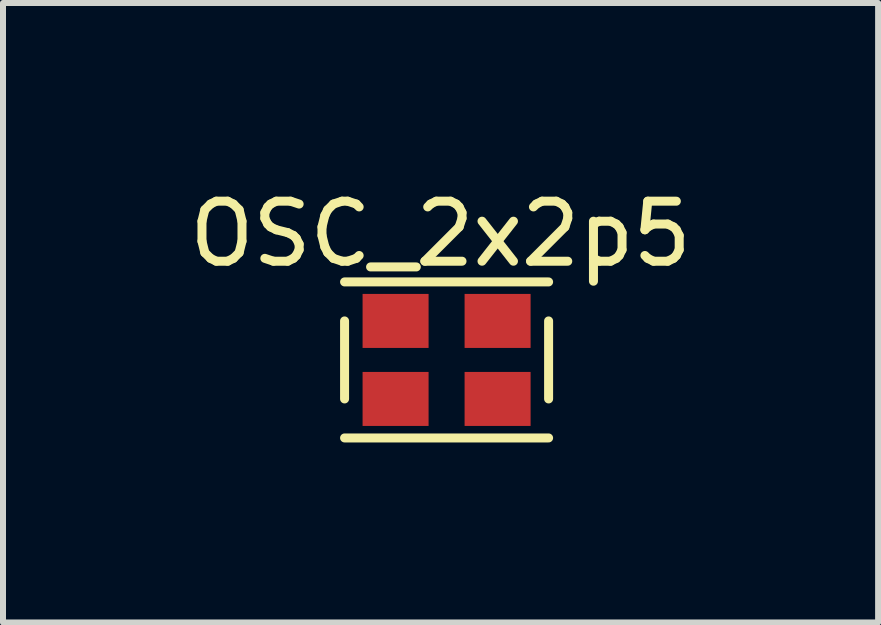
<source format=kicad_pcb>
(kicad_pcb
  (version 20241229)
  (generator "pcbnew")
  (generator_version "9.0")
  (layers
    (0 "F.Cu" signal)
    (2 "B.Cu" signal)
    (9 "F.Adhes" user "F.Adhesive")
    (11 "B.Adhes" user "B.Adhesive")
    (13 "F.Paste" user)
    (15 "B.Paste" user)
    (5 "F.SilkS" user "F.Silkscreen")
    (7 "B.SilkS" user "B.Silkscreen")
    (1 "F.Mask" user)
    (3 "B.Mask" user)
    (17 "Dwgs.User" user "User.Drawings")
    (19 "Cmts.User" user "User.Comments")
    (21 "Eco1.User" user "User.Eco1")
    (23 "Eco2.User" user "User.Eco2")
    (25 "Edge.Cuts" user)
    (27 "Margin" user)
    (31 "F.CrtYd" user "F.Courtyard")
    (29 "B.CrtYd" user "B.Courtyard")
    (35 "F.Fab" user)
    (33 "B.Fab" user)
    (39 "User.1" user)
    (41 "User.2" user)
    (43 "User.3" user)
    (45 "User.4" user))
  (footprint "OSC_2x2p5"
    (layer "F.Cu")
    (at 4.392 2.948)
    (property "Reference" "OSC_2x2p5" (at -0.1 -2.1 0) (layer "F.SilkS") (effects (font (size 1 1) (thickness 0.15))))
    (attr through_hole)
    (fp_line (start -1.7 -1.3) (end 1.7 -1.3) (stroke (width 0.15) (type solid)) (layer "F.SilkS"))
    (fp_line (start -1.7 -0.65) (end -1.7 0.65) (stroke (width 0.15) (type solid)) (layer "F.SilkS"))
    (fp_line (start -1.7 1.3) (end 1.7 1.3) (stroke (width 0.15) (type solid)) (layer "F.SilkS"))
    (fp_line (start 1.7 0.65) (end 1.7 -0.65) (stroke (width 0.15) (type solid)) (layer "F.SilkS"))
    (pad "1" smd rect (at -0.85 0.65) (size 1.1 0.9) (layers "F.Cu" "F.Mask" "F.Paste"))
    (pad "2" smd rect (at 0.85 0.65) (size 1.1 0.9) (layers "F.Cu" "F.Mask" "F.Paste"))
    (pad "3" smd rect (at 0.85 -0.65) (size 1.1 0.9) (layers "F.Cu" "F.Mask" "F.Paste"))
    (pad "4" smd rect (at -0.85 -0.65) (size 1.1 0.9) (layers "F.Cu" "F.Mask" "F.Paste")))
  (gr_rect
    (start -3 -3)
    (end 11.583 7.323)
    (stroke (width 0.1) (type default))
    (fill no)
    (layer "Edge.Cuts")))
</source>
